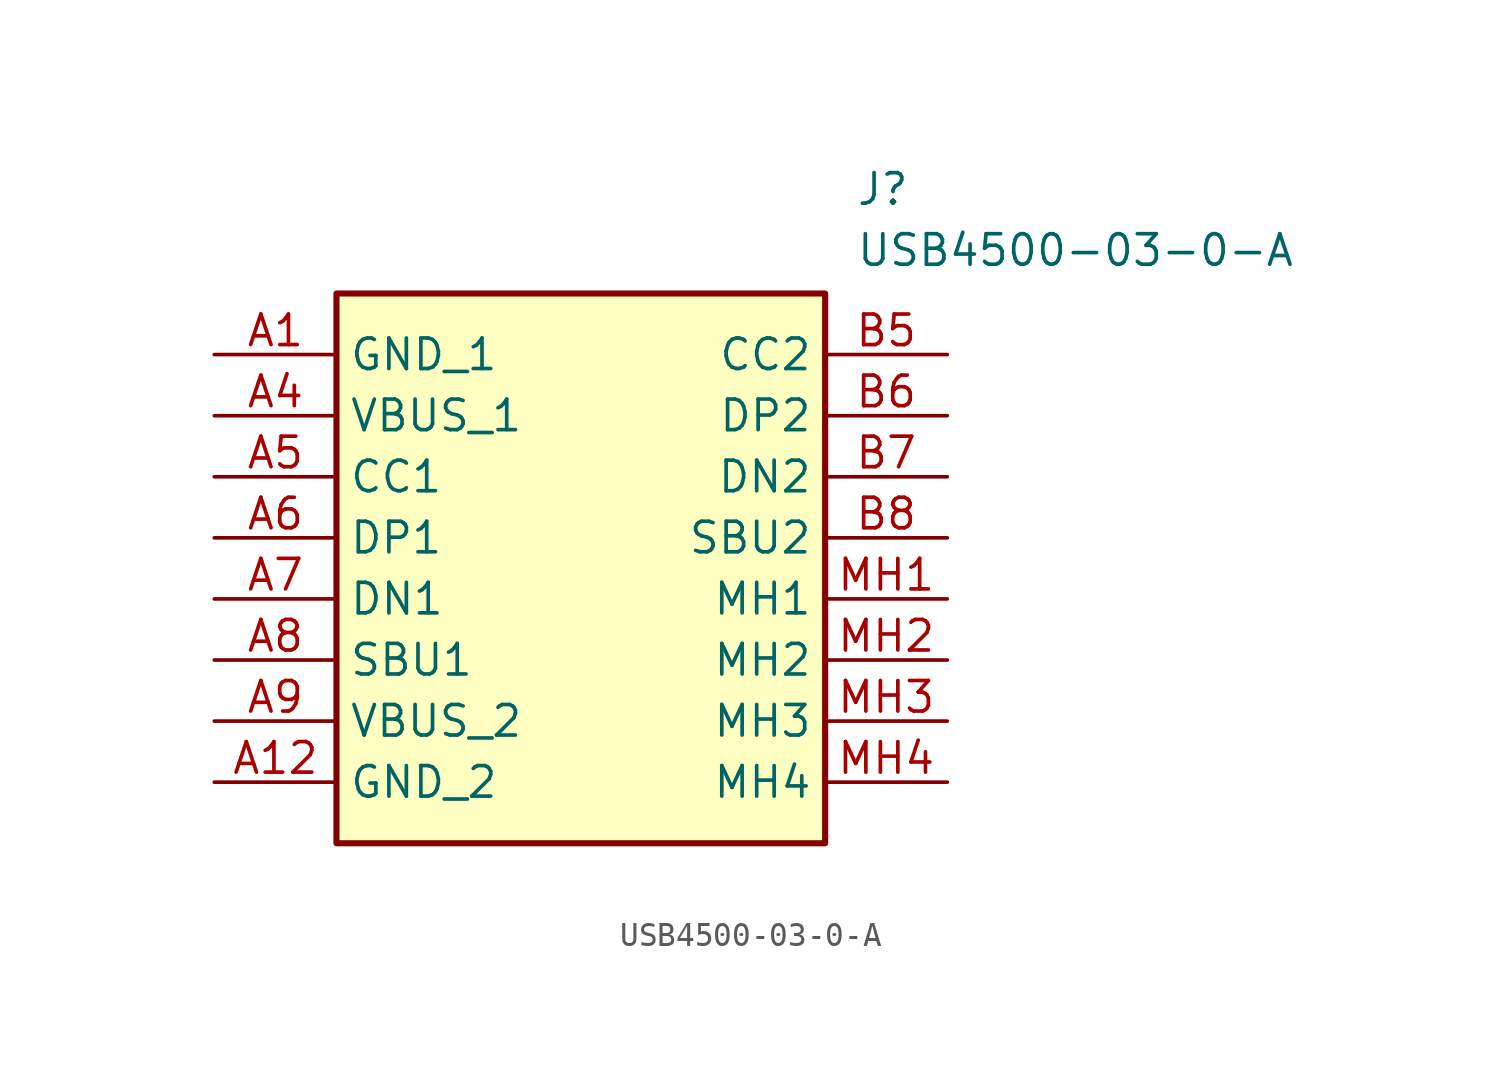
<source format=kicad_sym>
(kicad_symbol_lib
  (version 20211014)
  (generator SamacSys_ECAD_Model)
  (symbol "USB4500-03-0-A"
    (property "Reference" "J"
      (at 26.67 7.62 0)
      (effects (font (size 1.27 1.27)) (justify left top)))
    (property "Value" "USB4500-03-0-A"
      (at 26.67 5.08 0)
      (effects (font (size 1.27 1.27)) (justify left top)))
    (rectangle
      (start 5.08 2.54)
      (end 25.4 -20.32)
      (stroke (width 0.254) (type default))
      (fill (type background)))
    (pin passive line
      (at 0 0 0)
      (length 5.08)
      (name "GND_1" (effects (font (size 1.27 1.27))))
      (number "A1" (effects (font (size 1.27 1.27)))))
    (pin passive line
      (at 0 -2.54 0)
      (length 5.08)
      (name "VBUS_1" (effects (font (size 1.27 1.27))))
      (number "A4" (effects (font (size 1.27 1.27)))))
    (pin passive line
      (at 0 -5.08 0)
      (length 5.08)
      (name "CC1" (effects (font (size 1.27 1.27))))
      (number "A5" (effects (font (size 1.27 1.27)))))
    (pin passive line
      (at 0 -7.62 0)
      (length 5.08)
      (name "DP1" (effects (font (size 1.27 1.27))))
      (number "A6" (effects (font (size 1.27 1.27)))))
    (pin passive line
      (at 0 -10.16 0)
      (length 5.08)
      (name "DN1" (effects (font (size 1.27 1.27))))
      (number "A7" (effects (font (size 1.27 1.27)))))
    (pin passive line
      (at 0 -12.7 0)
      (length 5.08)
      (name "SBU1" (effects (font (size 1.27 1.27))))
      (number "A8" (effects (font (size 1.27 1.27)))))
    (pin passive line
      (at 0 -15.24 0)
      (length 5.08)
      (name "VBUS_2" (effects (font (size 1.27 1.27))))
      (number "A9" (effects (font (size 1.27 1.27)))))
    (pin passive line
      (at 0 -17.78 0)
      (length 5.08)
      (name "GND_2" (effects (font (size 1.27 1.27))))
      (number "A12" (effects (font (size 1.27 1.27)))))
    (pin passive line
      (at 30.48 0 180)
      (length 5.08)
      (name "CC2" (effects (font (size 1.27 1.27))))
      (number "B5" (effects (font (size 1.27 1.27)))))
    (pin passive line
      (at 30.48 -2.54 180)
      (length 5.08)
      (name "DP2" (effects (font (size 1.27 1.27))))
      (number "B6" (effects (font (size 1.27 1.27)))))
    (pin passive line
      (at 30.48 -5.08 180)
      (length 5.08)
      (name "DN2" (effects (font (size 1.27 1.27))))
      (number "B7" (effects (font (size 1.27 1.27)))))
    (pin passive line
      (at 30.48 -7.62 180)
      (length 5.08)
      (name "SBU2" (effects (font (size 1.27 1.27))))
      (number "B8" (effects (font (size 1.27 1.27)))))
    (pin passive line
      (at 30.48 -10.16 180)
      (length 5.08)
      (name "MH1" (effects (font (size 1.27 1.27))))
      (number "MH1" (effects (font (size 1.27 1.27)))))
    (pin passive line
      (at 30.48 -12.7 180)
      (length 5.08)
      (name "MH2" (effects (font (size 1.27 1.27))))
      (number "MH2" (effects (font (size 1.27 1.27)))))
    (pin passive line
      (at 30.48 -15.24 180)
      (length 5.08)
      (name "MH3" (effects (font (size 1.27 1.27))))
      (number "MH3" (effects (font (size 1.27 1.27)))))
    (pin passive line
      (at 30.48 -17.78 180)
      (length 5.08)
      (name "MH4" (effects (font (size 1.27 1.27))))
      (number "MH4" (effects (font (size 1.27 1.27)))))))
</source>
